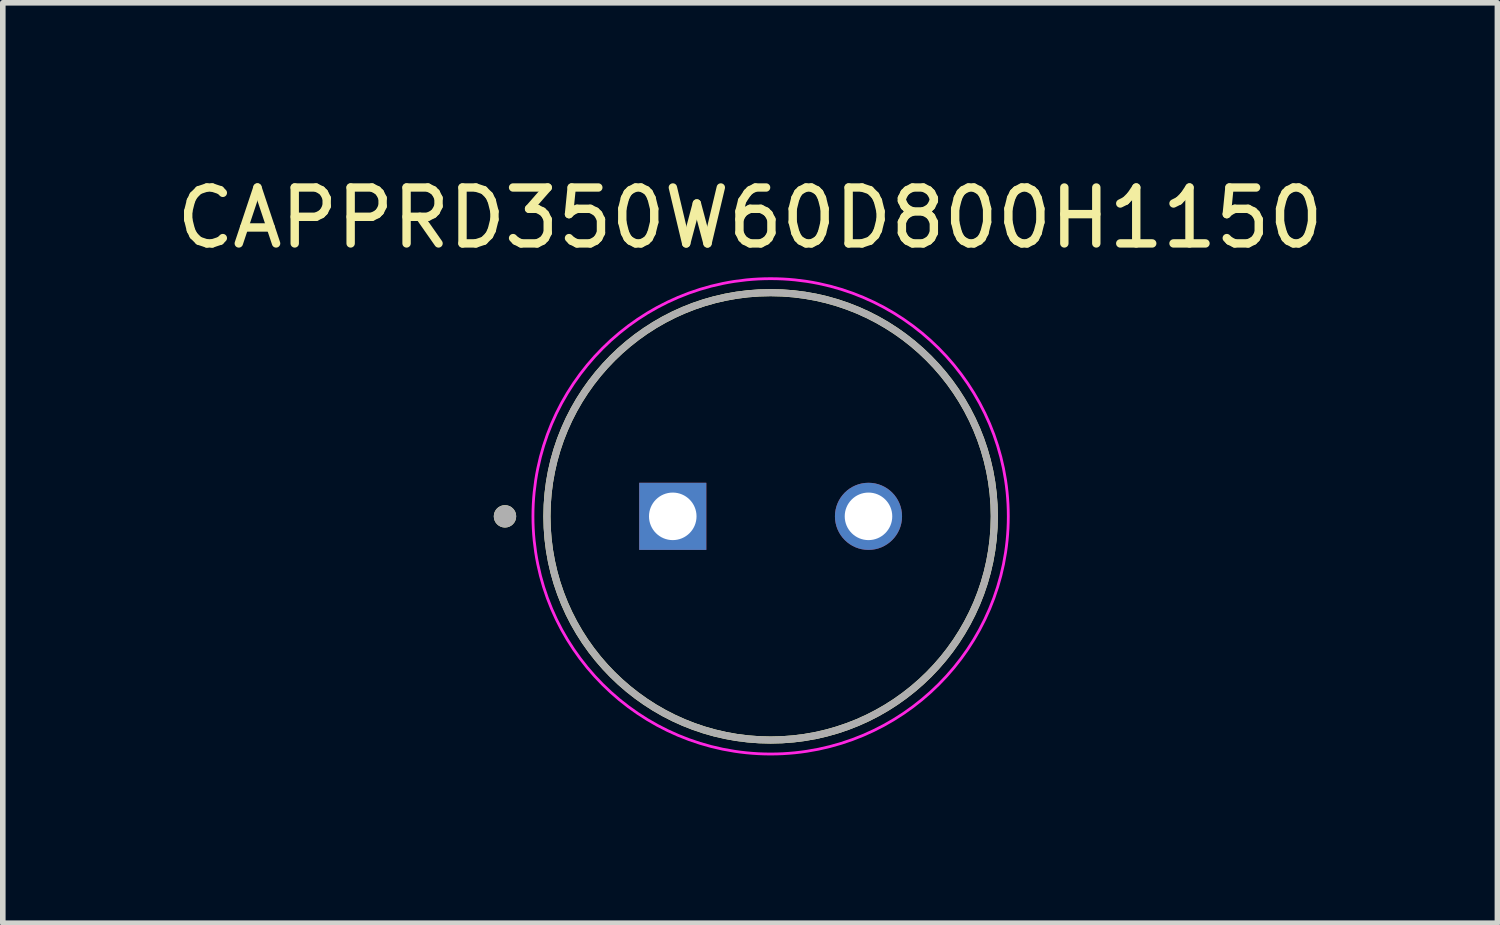
<source format=kicad_pcb>
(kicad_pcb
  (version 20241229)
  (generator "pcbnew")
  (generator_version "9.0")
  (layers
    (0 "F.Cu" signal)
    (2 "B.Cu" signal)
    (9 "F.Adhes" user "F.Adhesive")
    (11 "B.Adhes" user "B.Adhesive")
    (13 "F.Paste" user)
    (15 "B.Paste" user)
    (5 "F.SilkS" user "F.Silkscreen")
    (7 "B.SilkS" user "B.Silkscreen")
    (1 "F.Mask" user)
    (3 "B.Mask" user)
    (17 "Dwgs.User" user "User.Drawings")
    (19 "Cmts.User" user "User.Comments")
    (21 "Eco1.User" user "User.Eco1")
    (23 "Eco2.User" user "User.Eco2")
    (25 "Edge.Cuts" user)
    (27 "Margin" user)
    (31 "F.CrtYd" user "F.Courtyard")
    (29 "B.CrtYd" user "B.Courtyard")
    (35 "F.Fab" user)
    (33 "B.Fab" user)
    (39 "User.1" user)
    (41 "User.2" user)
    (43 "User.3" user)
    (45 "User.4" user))
  (footprint "CAPPRD350W60D800H1150"
    (layer "F.Cu")
    (at 10.73 6.183)
    (property "Reference" "CAPPRD350W60D800H1150" (at -0.367 -5.335 0) (layer "F.SilkS") (effects (font (size 1 1) (thickness 0.15))))
    (attr through_hole)
    (fp_circle (center -4.75 0) (end -4.65 0) (stroke (width 0.2) (type solid)) (fill no) (layer "F.SilkS"))
    (fp_circle (center 0 0) (end 4 0) (stroke (width 0.127) (type solid)) (fill no) (layer "F.SilkS"))
    (fp_circle (center 0 0) (end 4.25 0) (stroke (width 0.05) (type solid)) (fill no) (layer "F.CrtYd"))
    (fp_circle (center -4.75 0) (end -4.65 0) (stroke (width 0.2) (type solid)) (fill no) (layer "F.Fab"))
    (fp_circle (center 0 0) (end 4 0) (stroke (width 0.127) (type solid)) (fill no) (layer "F.Fab"))
    (pad "N" thru_hole circle (at 1.75 0) (size 1.2 1.2) (drill 0.85) (layers "*.Cu" "*.Mask"))
    (pad "P" thru_hole rect (at -1.75 0) (size 1.2 1.2) (drill 0.85) (layers "*.Cu" "*.Mask")))
  (gr_rect
    (start -3 -3)
    (end 23.726 13.458)
    (stroke (width 0.1) (type default))
    (fill no)
    (layer "Edge.Cuts")))
</source>
